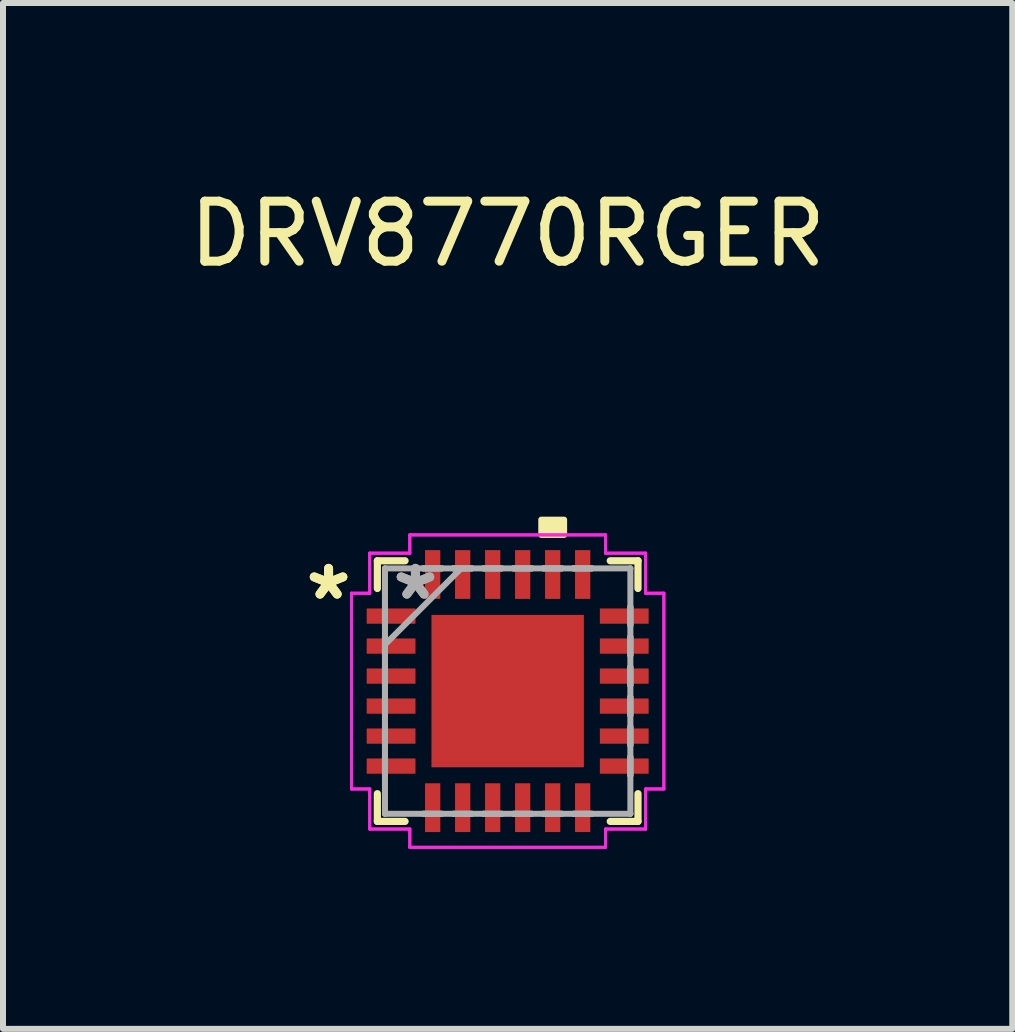
<source format=kicad_pcb>
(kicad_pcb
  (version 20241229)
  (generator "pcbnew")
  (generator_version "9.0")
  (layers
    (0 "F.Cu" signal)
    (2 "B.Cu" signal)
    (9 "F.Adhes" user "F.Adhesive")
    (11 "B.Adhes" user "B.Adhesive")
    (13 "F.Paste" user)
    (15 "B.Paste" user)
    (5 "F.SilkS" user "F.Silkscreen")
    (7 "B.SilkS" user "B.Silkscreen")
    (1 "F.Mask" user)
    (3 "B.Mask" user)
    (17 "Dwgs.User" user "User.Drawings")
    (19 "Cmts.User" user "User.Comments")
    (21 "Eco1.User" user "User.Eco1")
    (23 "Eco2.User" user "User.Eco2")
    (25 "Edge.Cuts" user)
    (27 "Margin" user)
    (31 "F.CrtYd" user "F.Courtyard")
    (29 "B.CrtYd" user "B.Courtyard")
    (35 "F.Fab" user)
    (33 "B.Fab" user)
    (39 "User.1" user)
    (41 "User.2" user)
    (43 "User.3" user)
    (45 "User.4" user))
  (footprint "DRV8770RGER"
    (layer "F.Cu")
    (at 5.411 8.468)
    (property "Reference" "DRV8770RGER" (at 0 -7.62 0) (layer "F.SilkS") (effects (font (size 1 1) (thickness 0.15))))
    (attr through_hole)
    (fp_line (start -2.172 -2.172) (end -2.172 -1.71) (stroke (width 0.12) (type solid)) (layer "F.SilkS"))
    (fp_line (start -2.172 1.71) (end -2.172 2.172) (stroke (width 0.12) (type solid)) (layer "F.SilkS"))
    (fp_line (start -2.172 2.172) (end -1.71 2.172) (stroke (width 0.12) (type solid)) (layer "F.SilkS"))
    (fp_line (start -1.71 -2.172) (end -2.172 -2.172) (stroke (width 0.12) (type solid)) (layer "F.SilkS"))
    (fp_line (start 1.71 2.172) (end 2.172 2.172) (stroke (width 0.12) (type solid)) (layer "F.SilkS"))
    (fp_line (start 2.172 -2.172) (end 1.71 -2.172) (stroke (width 0.12) (type solid)) (layer "F.SilkS"))
    (fp_line (start 2.172 -1.71) (end 2.172 -2.172) (stroke (width 0.12) (type solid)) (layer "F.SilkS"))
    (fp_line (start 2.172 2.172) (end 2.172 1.71) (stroke (width 0.12) (type solid)) (layer "F.SilkS"))
    (fp_poly (pts (xy 0.56 -2.603) (xy 0.56 -2.857) (xy 0.941 -2.857) (xy 0.941 -2.603)) (stroke (width 0.1) (type solid)) (fill yes) (layer "F.SilkS"))
    (fp_poly (pts (xy -1.17 -1.17) (xy -1.17 -0.1) (xy -0.1 -0.1) (xy -0.1 -1.17)) (stroke (width 0.1) (type solid)) (fill yes) (layer "F.Paste"))
    (fp_poly (pts (xy -1.17 0.1) (xy -1.17 1.17) (xy -0.1 1.17) (xy -0.1 0.1)) (stroke (width 0.1) (type solid)) (fill yes) (layer "F.Paste"))
    (fp_poly (pts (xy 0.1 -1.17) (xy 0.1 -0.1) (xy 1.17 -0.1) (xy 1.17 -1.17)) (stroke (width 0.1) (type solid)) (fill yes) (layer "F.Paste"))
    (fp_poly (pts (xy 0.1 0.1) (xy 0.1 1.17) (xy 1.17 1.17) (xy 1.17 0.1)) (stroke (width 0.1) (type solid)) (fill yes) (layer "F.Paste"))
    (fp_line (start -2.603 -1.631) (end -2.299 -1.631) (stroke (width 0.05) (type solid)) (layer "F.CrtYd"))
    (fp_line (start -2.603 -1.631) (end -2.299 -1.631) (stroke (width 0.05) (type solid)) (layer "F.CrtYd"))
    (fp_line (start -2.603 1.631) (end -2.603 -1.631) (stroke (width 0.05) (type solid)) (layer "F.CrtYd"))
    (fp_line (start -2.603 1.631) (end -2.603 -1.631) (stroke (width 0.05) (type solid)) (layer "F.CrtYd"))
    (fp_line (start -2.299 -2.299) (end -1.631 -2.299) (stroke (width 0.05) (type solid)) (layer "F.CrtYd"))
    (fp_line (start -2.299 -2.299) (end -1.631 -2.299) (stroke (width 0.05) (type solid)) (layer "F.CrtYd"))
    (fp_line (start -2.299 -1.631) (end -2.299 -2.299) (stroke (width 0.05) (type solid)) (layer "F.CrtYd"))
    (fp_line (start -2.299 -1.631) (end -2.299 -2.299) (stroke (width 0.05) (type solid)) (layer "F.CrtYd"))
    (fp_line (start -2.299 1.631) (end -2.603 1.631) (stroke (width 0.05) (type solid)) (layer "F.CrtYd"))
    (fp_line (start -2.299 1.631) (end -2.603 1.631) (stroke (width 0.05) (type solid)) (layer "F.CrtYd"))
    (fp_line (start -2.299 2.299) (end -2.299 1.631) (stroke (width 0.05) (type solid)) (layer "F.CrtYd"))
    (fp_line (start -2.299 2.299) (end -2.299 1.631) (stroke (width 0.05) (type solid)) (layer "F.CrtYd"))
    (fp_line (start -1.631 -2.603) (end 1.631 -2.603) (stroke (width 0.05) (type solid)) (layer "F.CrtYd"))
    (fp_line (start -1.631 -2.603) (end 1.631 -2.603) (stroke (width 0.05) (type solid)) (layer "F.CrtYd"))
    (fp_line (start -1.631 -2.299) (end -1.631 -2.603) (stroke (width 0.05) (type solid)) (layer "F.CrtYd"))
    (fp_line (start -1.631 -2.299) (end -1.631 -2.603) (stroke (width 0.05) (type solid)) (layer "F.CrtYd"))
    (fp_line (start -1.631 2.299) (end -2.299 2.299) (stroke (width 0.05) (type solid)) (layer "F.CrtYd"))
    (fp_line (start -1.631 2.299) (end -2.299 2.299) (stroke (width 0.05) (type solid)) (layer "F.CrtYd"))
    (fp_line (start -1.631 2.603) (end -1.631 2.299) (stroke (width 0.05) (type solid)) (layer "F.CrtYd"))
    (fp_line (start -1.631 2.603) (end -1.631 2.299) (stroke (width 0.05) (type solid)) (layer "F.CrtYd"))
    (fp_line (start 1.631 -2.603) (end 1.631 -2.299) (stroke (width 0.05) (type solid)) (layer "F.CrtYd"))
    (fp_line (start 1.631 -2.603) (end 1.631 -2.299) (stroke (width 0.05) (type solid)) (layer "F.CrtYd"))
    (fp_line (start 1.631 -2.299) (end 2.299 -2.299) (stroke (width 0.05) (type solid)) (layer "F.CrtYd"))
    (fp_line (start 1.631 -2.299) (end 2.299 -2.299) (stroke (width 0.05) (type solid)) (layer "F.CrtYd"))
    (fp_line (start 1.631 2.299) (end 1.631 2.603) (stroke (width 0.05) (type solid)) (layer "F.CrtYd"))
    (fp_line (start 1.631 2.299) (end 1.631 2.603) (stroke (width 0.05) (type solid)) (layer "F.CrtYd"))
    (fp_line (start 1.631 2.603) (end -1.631 2.603) (stroke (width 0.05) (type solid)) (layer "F.CrtYd"))
    (fp_line (start 1.631 2.603) (end -1.631 2.603) (stroke (width 0.05) (type solid)) (layer "F.CrtYd"))
    (fp_line (start 2.299 -2.299) (end 2.299 -1.631) (stroke (width 0.05) (type solid)) (layer "F.CrtYd"))
    (fp_line (start 2.299 -2.299) (end 2.299 -1.631) (stroke (width 0.05) (type solid)) (layer "F.CrtYd"))
    (fp_line (start 2.299 -1.631) (end 2.603 -1.631) (stroke (width 0.05) (type solid)) (layer "F.CrtYd"))
    (fp_line (start 2.299 -1.631) (end 2.603 -1.631) (stroke (width 0.05) (type solid)) (layer "F.CrtYd"))
    (fp_line (start 2.299 1.631) (end 2.299 2.299) (stroke (width 0.05) (type solid)) (layer "F.CrtYd"))
    (fp_line (start 2.299 1.631) (end 2.299 2.299) (stroke (width 0.05) (type solid)) (layer "F.CrtYd"))
    (fp_line (start 2.299 2.299) (end 1.631 2.299) (stroke (width 0.05) (type solid)) (layer "F.CrtYd"))
    (fp_line (start 2.299 2.299) (end 1.631 2.299) (stroke (width 0.05) (type solid)) (layer "F.CrtYd"))
    (fp_line (start 2.603 -1.631) (end 2.603 1.631) (stroke (width 0.05) (type solid)) (layer "F.CrtYd"))
    (fp_line (start 2.603 -1.631) (end 2.603 1.631) (stroke (width 0.05) (type solid)) (layer "F.CrtYd"))
    (fp_line (start 2.603 1.631) (end 2.299 1.631) (stroke (width 0.05) (type solid)) (layer "F.CrtYd"))
    (fp_line (start 2.603 1.631) (end 2.299 1.631) (stroke (width 0.05) (type solid)) (layer "F.CrtYd"))
    (fp_line (start -2.045 -2.045) (end -2.045 -2.045) (stroke (width 0.1) (type solid)) (layer "F.Fab"))
    (fp_line (start -2.045 -2.045) (end -2.045 2.045) (stroke (width 0.1) (type solid)) (layer "F.Fab"))
    (fp_line (start -2.045 -1.403) (end -2.045 -1.403) (stroke (width 0.1) (type solid)) (layer "F.Fab"))
    (fp_line (start -2.045 -1.403) (end -2.045 -1.098) (stroke (width 0.1) (type solid)) (layer "F.Fab"))
    (fp_line (start -2.045 -1.098) (end -2.045 -1.403) (stroke (width 0.1) (type solid)) (layer "F.Fab"))
    (fp_line (start -2.045 -1.098) (end -2.045 -1.098) (stroke (width 0.1) (type solid)) (layer "F.Fab"))
    (fp_line (start -2.045 -0.903) (end -2.045 -0.903) (stroke (width 0.1) (type solid)) (layer "F.Fab"))
    (fp_line (start -2.045 -0.903) (end -2.045 -0.598) (stroke (width 0.1) (type solid)) (layer "F.Fab"))
    (fp_line (start -2.045 -0.775) (end -0.775 -2.045) (stroke (width 0.1) (type solid)) (layer "F.Fab"))
    (fp_line (start -2.045 -0.598) (end -2.045 -0.903) (stroke (width 0.1) (type solid)) (layer "F.Fab"))
    (fp_line (start -2.045 -0.598) (end -2.045 -0.598) (stroke (width 0.1) (type solid)) (layer "F.Fab"))
    (fp_line (start -2.045 -0.402) (end -2.045 -0.402) (stroke (width 0.1) (type solid)) (layer "F.Fab"))
    (fp_line (start -2.045 -0.402) (end -2.045 -0.098) (stroke (width 0.1) (type solid)) (layer "F.Fab"))
    (fp_line (start -2.045 -0.098) (end -2.045 -0.402) (stroke (width 0.1) (type solid)) (layer "F.Fab"))
    (fp_line (start -2.045 -0.098) (end -2.045 -0.098) (stroke (width 0.1) (type solid)) (layer "F.Fab"))
    (fp_line (start -2.045 0.098) (end -2.045 0.098) (stroke (width 0.1) (type solid)) (layer "F.Fab"))
    (fp_line (start -2.045 0.098) (end -2.045 0.402) (stroke (width 0.1) (type solid)) (layer "F.Fab"))
    (fp_line (start -2.045 0.402) (end -2.045 0.098) (stroke (width 0.1) (type solid)) (layer "F.Fab"))
    (fp_line (start -2.045 0.402) (end -2.045 0.402) (stroke (width 0.1) (type solid)) (layer "F.Fab"))
    (fp_line (start -2.045 0.598) (end -2.045 0.598) (stroke (width 0.1) (type solid)) (layer "F.Fab"))
    (fp_line (start -2.045 0.598) (end -2.045 0.903) (stroke (width 0.1) (type solid)) (layer "F.Fab"))
    (fp_line (start -2.045 0.903) (end -2.045 0.598) (stroke (width 0.1) (type solid)) (layer "F.Fab"))
    (fp_line (start -2.045 0.903) (end -2.045 0.903) (stroke (width 0.1) (type solid)) (layer "F.Fab"))
    (fp_line (start -2.045 1.098) (end -2.045 1.098) (stroke (width 0.1) (type solid)) (layer "F.Fab"))
    (fp_line (start -2.045 1.098) (end -2.045 1.403) (stroke (width 0.1) (type solid)) (layer "F.Fab"))
    (fp_line (start -2.045 1.403) (end -2.045 1.098) (stroke (width 0.1) (type solid)) (layer "F.Fab"))
    (fp_line (start -2.045 1.403) (end -2.045 1.403) (stroke (width 0.1) (type solid)) (layer "F.Fab"))
    (fp_line (start -2.045 2.045) (end -2.045 2.045) (stroke (width 0.1) (type solid)) (layer "F.Fab"))
    (fp_line (start -2.045 2.045) (end 2.045 2.045) (stroke (width 0.1) (type solid)) (layer "F.Fab"))
    (fp_line (start -1.403 -2.045) (end -1.403 -2.045) (stroke (width 0.1) (type solid)) (layer "F.Fab"))
    (fp_line (start -1.403 -2.045) (end -1.098 -2.045) (stroke (width 0.1) (type solid)) (layer "F.Fab"))
    (fp_line (start -1.403 2.045) (end -1.403 2.045) (stroke (width 0.1) (type solid)) (layer "F.Fab"))
    (fp_line (start -1.403 2.045) (end -1.098 2.045) (stroke (width 0.1) (type solid)) (layer "F.Fab"))
    (fp_line (start -1.098 -2.045) (end -1.403 -2.045) (stroke (width 0.1) (type solid)) (layer "F.Fab"))
    (fp_line (start -1.098 -2.045) (end -1.098 -2.045) (stroke (width 0.1) (type solid)) (layer "F.Fab"))
    (fp_line (start -1.098 2.045) (end -1.403 2.045) (stroke (width 0.1) (type solid)) (layer "F.Fab"))
    (fp_line (start -1.098 2.045) (end -1.098 2.045) (stroke (width 0.1) (type solid)) (layer "F.Fab"))
    (fp_line (start -0.903 -2.045) (end -0.903 -2.045) (stroke (width 0.1) (type solid)) (layer "F.Fab"))
    (fp_line (start -0.903 -2.045) (end -0.598 -2.045) (stroke (width 0.1) (type solid)) (layer "F.Fab"))
    (fp_line (start -0.903 2.045) (end -0.903 2.045) (stroke (width 0.1) (type solid)) (layer "F.Fab"))
    (fp_line (start -0.903 2.045) (end -0.598 2.045) (stroke (width 0.1) (type solid)) (layer "F.Fab"))
    (fp_line (start -0.598 -2.045) (end -0.903 -2.045) (stroke (width 0.1) (type solid)) (layer "F.Fab"))
    (fp_line (start -0.598 -2.045) (end -0.598 -2.045) (stroke (width 0.1) (type solid)) (layer "F.Fab"))
    (fp_line (start -0.598 2.045) (end -0.903 2.045) (stroke (width 0.1) (type solid)) (layer "F.Fab"))
    (fp_line (start -0.598 2.045) (end -0.598 2.045) (stroke (width 0.1) (type solid)) (layer "F.Fab"))
    (fp_line (start -0.402 -2.045) (end -0.402 -2.045) (stroke (width 0.1) (type solid)) (layer "F.Fab"))
    (fp_line (start -0.402 -2.045) (end -0.098 -2.045) (stroke (width 0.1) (type solid)) (layer "F.Fab"))
    (fp_line (start -0.402 2.045) (end -0.402 2.045) (stroke (width 0.1) (type solid)) (layer "F.Fab"))
    (fp_line (start -0.402 2.045) (end -0.098 2.045) (stroke (width 0.1) (type solid)) (layer "F.Fab"))
    (fp_line (start -0.098 -2.045) (end -0.402 -2.045) (stroke (width 0.1) (type solid)) (layer "F.Fab"))
    (fp_line (start -0.098 -2.045) (end -0.098 -2.045) (stroke (width 0.1) (type solid)) (layer "F.Fab"))
    (fp_line (start -0.098 2.045) (end -0.402 2.045) (stroke (width 0.1) (type solid)) (layer "F.Fab"))
    (fp_line (start -0.098 2.045) (end -0.098 2.045) (stroke (width 0.1) (type solid)) (layer "F.Fab"))
    (fp_line (start 0.098 -2.045) (end 0.098 -2.045) (stroke (width 0.1) (type solid)) (layer "F.Fab"))
    (fp_line (start 0.098 -2.045) (end 0.402 -2.045) (stroke (width 0.1) (type solid)) (layer "F.Fab"))
    (fp_line (start 0.098 2.045) (end 0.098 2.045) (stroke (width 0.1) (type solid)) (layer "F.Fab"))
    (fp_line (start 0.098 2.045) (end 0.402 2.045) (stroke (width 0.1) (type solid)) (layer "F.Fab"))
    (fp_line (start 0.402 -2.045) (end 0.098 -2.045) (stroke (width 0.1) (type solid)) (layer "F.Fab"))
    (fp_line (start 0.402 -2.045) (end 0.402 -2.045) (stroke (width 0.1) (type solid)) (layer "F.Fab"))
    (fp_line (start 0.402 2.045) (end 0.098 2.045) (stroke (width 0.1) (type solid)) (layer "F.Fab"))
    (fp_line (start 0.402 2.045) (end 0.402 2.045) (stroke (width 0.1) (type solid)) (layer "F.Fab"))
    (fp_line (start 0.598 -2.045) (end 0.598 -2.045) (stroke (width 0.1) (type solid)) (layer "F.Fab"))
    (fp_line (start 0.598 -2.045) (end 0.903 -2.045) (stroke (width 0.1) (type solid)) (layer "F.Fab"))
    (fp_line (start 0.598 2.045) (end 0.598 2.045) (stroke (width 0.1) (type solid)) (layer "F.Fab"))
    (fp_line (start 0.598 2.045) (end 0.903 2.045) (stroke (width 0.1) (type solid)) (layer "F.Fab"))
    (fp_line (start 0.903 -2.045) (end 0.598 -2.045) (stroke (width 0.1) (type solid)) (layer "F.Fab"))
    (fp_line (start 0.903 -2.045) (end 0.903 -2.045) (stroke (width 0.1) (type solid)) (layer "F.Fab"))
    (fp_line (start 0.903 2.045) (end 0.598 2.045) (stroke (width 0.1) (type solid)) (layer "F.Fab"))
    (fp_line (start 0.903 2.045) (end 0.903 2.045) (stroke (width 0.1) (type solid)) (layer "F.Fab"))
    (fp_line (start 1.098 -2.045) (end 1.098 -2.045) (stroke (width 0.1) (type solid)) (layer "F.Fab"))
    (fp_line (start 1.098 -2.045) (end 1.403 -2.045) (stroke (width 0.1) (type solid)) (layer "F.Fab"))
    (fp_line (start 1.098 2.045) (end 1.098 2.045) (stroke (width 0.1) (type solid)) (layer "F.Fab"))
    (fp_line (start 1.098 2.045) (end 1.403 2.045) (stroke (width 0.1) (type solid)) (layer "F.Fab"))
    (fp_line (start 1.403 -2.045) (end 1.098 -2.045) (stroke (width 0.1) (type solid)) (layer "F.Fab"))
    (fp_line (start 1.403 -2.045) (end 1.403 -2.045) (stroke (width 0.1) (type solid)) (layer "F.Fab"))
    (fp_line (start 1.403 2.045) (end 1.098 2.045) (stroke (width 0.1) (type solid)) (layer "F.Fab"))
    (fp_line (start 1.403 2.045) (end 1.403 2.045) (stroke (width 0.1) (type solid)) (layer "F.Fab"))
    (fp_line (start 2.045 -2.045) (end -2.045 -2.045) (stroke (width 0.1) (type solid)) (layer "F.Fab"))
    (fp_line (start 2.045 -2.045) (end 2.045 -2.045) (stroke (width 0.1) (type solid)) (layer "F.Fab"))
    (fp_line (start 2.045 -1.403) (end 2.045 -1.403) (stroke (width 0.1) (type solid)) (layer "F.Fab"))
    (fp_line (start 2.045 -1.403) (end 2.045 -1.098) (stroke (width 0.1) (type solid)) (layer "F.Fab"))
    (fp_line (start 2.045 -1.098) (end 2.045 -1.403) (stroke (width 0.1) (type solid)) (layer "F.Fab"))
    (fp_line (start 2.045 -1.098) (end 2.045 -1.098) (stroke (width 0.1) (type solid)) (layer "F.Fab"))
    (fp_line (start 2.045 -0.903) (end 2.045 -0.903) (stroke (width 0.1) (type solid)) (layer "F.Fab"))
    (fp_line (start 2.045 -0.903) (end 2.045 -0.598) (stroke (width 0.1) (type solid)) (layer "F.Fab"))
    (fp_line (start 2.045 -0.598) (end 2.045 -0.903) (stroke (width 0.1) (type solid)) (layer "F.Fab"))
    (fp_line (start 2.045 -0.598) (end 2.045 -0.598) (stroke (width 0.1) (type solid)) (layer "F.Fab"))
    (fp_line (start 2.045 -0.402) (end 2.045 -0.402) (stroke (width 0.1) (type solid)) (layer "F.Fab"))
    (fp_line (start 2.045 -0.402) (end 2.045 -0.098) (stroke (width 0.1) (type solid)) (layer "F.Fab"))
    (fp_line (start 2.045 -0.098) (end 2.045 -0.402) (stroke (width 0.1) (type solid)) (layer "F.Fab"))
    (fp_line (start 2.045 -0.098) (end 2.045 -0.098) (stroke (width 0.1) (type solid)) (layer "F.Fab"))
    (fp_line (start 2.045 0.098) (end 2.045 0.098) (stroke (width 0.1) (type solid)) (layer "F.Fab"))
    (fp_line (start 2.045 0.098) (end 2.045 0.402) (stroke (width 0.1) (type solid)) (layer "F.Fab"))
    (fp_line (start 2.045 0.402) (end 2.045 0.098) (stroke (width 0.1) (type solid)) (layer "F.Fab"))
    (fp_line (start 2.045 0.402) (end 2.045 0.402) (stroke (width 0.1) (type solid)) (layer "F.Fab"))
    (fp_line (start 2.045 0.598) (end 2.045 0.598) (stroke (width 0.1) (type solid)) (layer "F.Fab"))
    (fp_line (start 2.045 0.598) (end 2.045 0.903) (stroke (width 0.1) (type solid)) (layer "F.Fab"))
    (fp_line (start 2.045 0.903) (end 2.045 0.598) (stroke (width 0.1) (type solid)) (layer "F.Fab"))
    (fp_line (start 2.045 0.903) (end 2.045 0.903) (stroke (width 0.1) (type solid)) (layer "F.Fab"))
    (fp_line (start 2.045 1.098) (end 2.045 1.098) (stroke (width 0.1) (type solid)) (layer "F.Fab"))
    (fp_line (start 2.045 1.098) (end 2.045 1.403) (stroke (width 0.1) (type solid)) (layer "F.Fab"))
    (fp_line (start 2.045 1.403) (end 2.045 1.098) (stroke (width 0.1) (type solid)) (layer "F.Fab"))
    (fp_line (start 2.045 1.403) (end 2.045 1.403) (stroke (width 0.1) (type solid)) (layer "F.Fab"))
    (fp_line (start 2.045 2.045) (end 2.045 -2.045) (stroke (width 0.1) (type solid)) (layer "F.Fab"))
    (fp_line (start 2.045 2.045) (end 2.045 2.045) (stroke (width 0.1) (type solid)) (layer "F.Fab"))
    (fp_text user "*" (at -2.985 -1.5 0) (layer "F.SilkS") (effects (font (size 1 1) (thickness 0.15))))
    (fp_text user "*" (at -2.985 -1.5 0) (layer "F.SilkS") (effects (font (size 1 1) (thickness 0.15))))
    (fp_text user "*" (at -1.537 -1.5 0) (layer "F.Fab") (effects (font (size 1 1) (thickness 0.15))))
    (fp_text user "*" (at -1.537 -1.5 0) (layer "F.Fab") (effects (font (size 1 1) (thickness 0.15))))
    (pad "1" smd rect (at -1.943 -1.25 90) (size 0.254 0.813) (layers "F.Cu" "F.Mask" "F.Paste"))
    (pad "2" smd rect (at -1.943 -0.75 90) (size 0.254 0.813) (layers "F.Cu" "F.Mask" "F.Paste"))
    (pad "3" smd rect (at -1.943 -0.25 90) (size 0.254 0.813) (layers "F.Cu" "F.Mask" "F.Paste"))
    (pad "4" smd rect (at -1.943 0.25 90) (size 0.254 0.813) (layers "F.Cu" "F.Mask" "F.Paste"))
    (pad "5" smd rect (at -1.943 0.75 90) (size 0.254 0.813) (layers "F.Cu" "F.Mask" "F.Paste"))
    (pad "6" smd rect (at -1.943 1.25 90) (size 0.254 0.813) (layers "F.Cu" "F.Mask" "F.Paste"))
    (pad "7" smd rect (at -1.25 1.943) (size 0.254 0.813) (layers "F.Cu" "F.Mask" "F.Paste"))
    (pad "8" smd rect (at -0.75 1.943) (size 0.254 0.813) (layers "F.Cu" "F.Mask" "F.Paste"))
    (pad "9" smd rect (at -0.25 1.943) (size 0.254 0.813) (layers "F.Cu" "F.Mask" "F.Paste"))
    (pad "10" smd rect (at 0.25 1.943) (size 0.254 0.813) (layers "F.Cu" "F.Mask" "F.Paste"))
    (pad "11" smd rect (at 0.75 1.943) (size 0.254 0.813) (layers "F.Cu" "F.Mask" "F.Paste"))
    (pad "12" smd rect (at 1.25 1.943) (size 0.254 0.813) (layers "F.Cu" "F.Mask" "F.Paste"))
    (pad "13" smd rect (at 1.943 1.25 90) (size 0.254 0.813) (layers "F.Cu" "F.Mask" "F.Paste"))
    (pad "14" smd rect (at 1.943 0.75 90) (size 0.254 0.813) (layers "F.Cu" "F.Mask" "F.Paste"))
    (pad "15" smd rect (at 1.943 0.25 90) (size 0.254 0.813) (layers "F.Cu" "F.Mask" "F.Paste"))
    (pad "16" smd rect (at 1.943 -0.25 90) (size 0.254 0.813) (layers "F.Cu" "F.Mask" "F.Paste"))
    (pad "17" smd rect (at 1.943 -0.75 90) (size 0.254 0.813) (layers "F.Cu" "F.Mask" "F.Paste"))
    (pad "18" smd rect (at 1.943 -1.25 90) (size 0.254 0.813) (layers "F.Cu" "F.Mask" "F.Paste"))
    (pad "19" smd rect (at 1.25 -1.943) (size 0.254 0.813) (layers "F.Cu" "F.Mask" "F.Paste"))
    (pad "20" smd rect (at 0.75 -1.943) (size 0.254 0.813) (layers "F.Cu" "F.Mask" "F.Paste"))
    (pad "21" smd rect (at 0.25 -1.943) (size 0.254 0.813) (layers "F.Cu" "F.Mask" "F.Paste"))
    (pad "22" smd rect (at -0.25 -1.943) (size 0.254 0.813) (layers "F.Cu" "F.Mask" "F.Paste"))
    (pad "23" smd rect (at -0.75 -1.943) (size 0.254 0.813) (layers "F.Cu" "F.Mask" "F.Paste"))
    (pad "24" smd rect (at -1.25 -1.943) (size 0.254 0.813) (layers "F.Cu" "F.Mask" "F.Paste"))
    (pad "25" smd rect (at 0 0) (size 2.54 2.54) (layers "F.Cu" "F.Mask")))
  (gr_rect
    (start -3 -3)
    (end 13.821 14.097)
    (stroke (width 0.1) (type default))
    (fill no)
    (layer "Edge.Cuts")))
</source>
